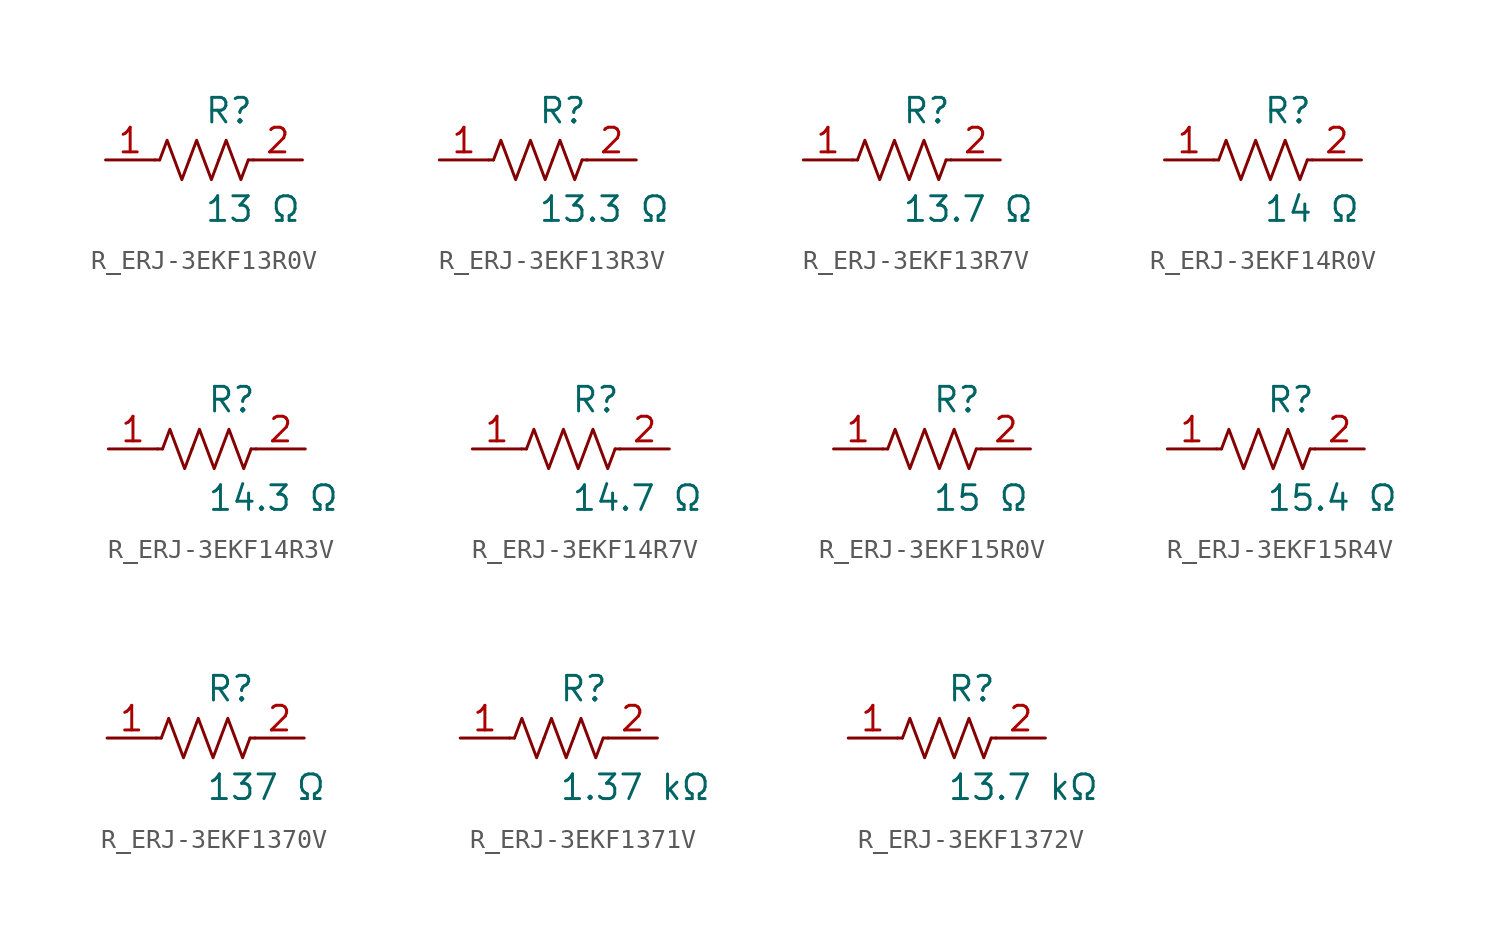
<source format=kicad_sym>
(kicad_symbol_lib
  (version 20231120)
  (generator kicad_symbol_editor)
  (generator_version 8.0)
  (symbol "R_ERJ-3EKF13R0V"
    (pin_names
      (offset 0.254))
    (property "Reference" "R"
      (at 0.0 2.54 0)
      (effects (font (size 1.27 1.27)) (justify left)))
    (property "Value" "13 Ω"
      (at 0.0 -2.54 0)
      (effects (font (size 1.27 1.27)) (justify left)))
    (symbol "R_ERJ-3EKF13R0V_0_1"
      (polyline (pts (xy 2.286 0) (xy 2.54 0)) (stroke (width 0) (type default)) (fill (type none)))
      (polyline (pts (xy -2.286 0) (xy -2.54 0)) (stroke (width 0) (type default)) (fill (type none)))
      (polyline (pts (xy 0.762 0) (xy 1.143 1.016) (xy 1.524 0) (xy 1.905 -1.016) (xy 2.286 0)) (stroke (width 0) (type default)) (fill (type none)))
      (polyline (pts (xy -0.762 0) (xy -0.381 1.016) (xy 0 0) (xy 0.381 -1.016) (xy 0.762 0)) (stroke (width 0) (type default)) (fill (type none)))
      (polyline (pts (xy -2.286 0) (xy -1.905 1.016) (xy -1.524 0) (xy -1.143 -1.016) (xy -0.762 0)) (stroke (width 0) (type default)) (fill (type none))))
    (pin unspecified line
      (at -5.08 0 0)
      (length 2.54)
      (name "" (effects (font (size 1.27 1.27))))
      (number "1" (effects (font (size 1.27 1.27)))))
    (pin unspecified line
      (at 5.08 0 180)
      (length 2.54)
      (name "" (effects (font (size 1.27 1.27))))
      (number "2" (effects (font (size 1.27 1.27))))))
  (symbol "R_ERJ-3EKF13R3V"
    (pin_names
      (offset 0.254))
    (property "Reference" "R"
      (at 0.0 2.54 0)
      (effects (font (size 1.27 1.27)) (justify left)))
    (property "Value" "13.3 Ω"
      (at 0.0 -2.54 0)
      (effects (font (size 1.27 1.27)) (justify left)))
    (symbol "R_ERJ-3EKF13R3V_0_1"
      (polyline (pts (xy 2.286 0) (xy 2.54 0)) (stroke (width 0) (type default)) (fill (type none)))
      (polyline (pts (xy -2.286 0) (xy -2.54 0)) (stroke (width 0) (type default)) (fill (type none)))
      (polyline (pts (xy 0.762 0) (xy 1.143 1.016) (xy 1.524 0) (xy 1.905 -1.016) (xy 2.286 0)) (stroke (width 0) (type default)) (fill (type none)))
      (polyline (pts (xy -0.762 0) (xy -0.381 1.016) (xy 0 0) (xy 0.381 -1.016) (xy 0.762 0)) (stroke (width 0) (type default)) (fill (type none)))
      (polyline (pts (xy -2.286 0) (xy -1.905 1.016) (xy -1.524 0) (xy -1.143 -1.016) (xy -0.762 0)) (stroke (width 0) (type default)) (fill (type none))))
    (pin unspecified line
      (at -5.08 0 0)
      (length 2.54)
      (name "" (effects (font (size 1.27 1.27))))
      (number "1" (effects (font (size 1.27 1.27)))))
    (pin unspecified line
      (at 5.08 0 180)
      (length 2.54)
      (name "" (effects (font (size 1.27 1.27))))
      (number "2" (effects (font (size 1.27 1.27))))))
  (symbol "R_ERJ-3EKF13R7V"
    (pin_names
      (offset 0.254))
    (property "Reference" "R"
      (at 0.0 2.54 0)
      (effects (font (size 1.27 1.27)) (justify left)))
    (property "Value" "13.7 Ω"
      (at 0.0 -2.54 0)
      (effects (font (size 1.27 1.27)) (justify left)))
    (symbol "R_ERJ-3EKF13R7V_0_1"
      (polyline (pts (xy 2.286 0) (xy 2.54 0)) (stroke (width 0) (type default)) (fill (type none)))
      (polyline (pts (xy -2.286 0) (xy -2.54 0)) (stroke (width 0) (type default)) (fill (type none)))
      (polyline (pts (xy 0.762 0) (xy 1.143 1.016) (xy 1.524 0) (xy 1.905 -1.016) (xy 2.286 0)) (stroke (width 0) (type default)) (fill (type none)))
      (polyline (pts (xy -0.762 0) (xy -0.381 1.016) (xy 0 0) (xy 0.381 -1.016) (xy 0.762 0)) (stroke (width 0) (type default)) (fill (type none)))
      (polyline (pts (xy -2.286 0) (xy -1.905 1.016) (xy -1.524 0) (xy -1.143 -1.016) (xy -0.762 0)) (stroke (width 0) (type default)) (fill (type none))))
    (pin unspecified line
      (at -5.08 0 0)
      (length 2.54)
      (name "" (effects (font (size 1.27 1.27))))
      (number "1" (effects (font (size 1.27 1.27)))))
    (pin unspecified line
      (at 5.08 0 180)
      (length 2.54)
      (name "" (effects (font (size 1.27 1.27))))
      (number "2" (effects (font (size 1.27 1.27))))))
  (symbol "R_ERJ-3EKF14R0V"
    (pin_names
      (offset 0.254))
    (property "Reference" "R"
      (at 0.0 2.54 0)
      (effects (font (size 1.27 1.27)) (justify left)))
    (property "Value" "14 Ω"
      (at 0.0 -2.54 0)
      (effects (font (size 1.27 1.27)) (justify left)))
    (symbol "R_ERJ-3EKF14R0V_0_1"
      (polyline (pts (xy 2.286 0) (xy 2.54 0)) (stroke (width 0) (type default)) (fill (type none)))
      (polyline (pts (xy -2.286 0) (xy -2.54 0)) (stroke (width 0) (type default)) (fill (type none)))
      (polyline (pts (xy 0.762 0) (xy 1.143 1.016) (xy 1.524 0) (xy 1.905 -1.016) (xy 2.286 0)) (stroke (width 0) (type default)) (fill (type none)))
      (polyline (pts (xy -0.762 0) (xy -0.381 1.016) (xy 0 0) (xy 0.381 -1.016) (xy 0.762 0)) (stroke (width 0) (type default)) (fill (type none)))
      (polyline (pts (xy -2.286 0) (xy -1.905 1.016) (xy -1.524 0) (xy -1.143 -1.016) (xy -0.762 0)) (stroke (width 0) (type default)) (fill (type none))))
    (pin unspecified line
      (at -5.08 0 0)
      (length 2.54)
      (name "" (effects (font (size 1.27 1.27))))
      (number "1" (effects (font (size 1.27 1.27)))))
    (pin unspecified line
      (at 5.08 0 180)
      (length 2.54)
      (name "" (effects (font (size 1.27 1.27))))
      (number "2" (effects (font (size 1.27 1.27))))))
  (symbol "R_ERJ-3EKF14R3V"
    (pin_names
      (offset 0.254))
    (property "Reference" "R"
      (at 0.0 2.54 0)
      (effects (font (size 1.27 1.27)) (justify left)))
    (property "Value" "14.3 Ω"
      (at 0.0 -2.54 0)
      (effects (font (size 1.27 1.27)) (justify left)))
    (symbol "R_ERJ-3EKF14R3V_0_1"
      (polyline (pts (xy 2.286 0) (xy 2.54 0)) (stroke (width 0) (type default)) (fill (type none)))
      (polyline (pts (xy -2.286 0) (xy -2.54 0)) (stroke (width 0) (type default)) (fill (type none)))
      (polyline (pts (xy 0.762 0) (xy 1.143 1.016) (xy 1.524 0) (xy 1.905 -1.016) (xy 2.286 0)) (stroke (width 0) (type default)) (fill (type none)))
      (polyline (pts (xy -0.762 0) (xy -0.381 1.016) (xy 0 0) (xy 0.381 -1.016) (xy 0.762 0)) (stroke (width 0) (type default)) (fill (type none)))
      (polyline (pts (xy -2.286 0) (xy -1.905 1.016) (xy -1.524 0) (xy -1.143 -1.016) (xy -0.762 0)) (stroke (width 0) (type default)) (fill (type none))))
    (pin unspecified line
      (at -5.08 0 0)
      (length 2.54)
      (name "" (effects (font (size 1.27 1.27))))
      (number "1" (effects (font (size 1.27 1.27)))))
    (pin unspecified line
      (at 5.08 0 180)
      (length 2.54)
      (name "" (effects (font (size 1.27 1.27))))
      (number "2" (effects (font (size 1.27 1.27))))))
  (symbol "R_ERJ-3EKF14R7V"
    (pin_names
      (offset 0.254))
    (property "Reference" "R"
      (at 0.0 2.54 0)
      (effects (font (size 1.27 1.27)) (justify left)))
    (property "Value" "14.7 Ω"
      (at 0.0 -2.54 0)
      (effects (font (size 1.27 1.27)) (justify left)))
    (symbol "R_ERJ-3EKF14R7V_0_1"
      (polyline (pts (xy 2.286 0) (xy 2.54 0)) (stroke (width 0) (type default)) (fill (type none)))
      (polyline (pts (xy -2.286 0) (xy -2.54 0)) (stroke (width 0) (type default)) (fill (type none)))
      (polyline (pts (xy 0.762 0) (xy 1.143 1.016) (xy 1.524 0) (xy 1.905 -1.016) (xy 2.286 0)) (stroke (width 0) (type default)) (fill (type none)))
      (polyline (pts (xy -0.762 0) (xy -0.381 1.016) (xy 0 0) (xy 0.381 -1.016) (xy 0.762 0)) (stroke (width 0) (type default)) (fill (type none)))
      (polyline (pts (xy -2.286 0) (xy -1.905 1.016) (xy -1.524 0) (xy -1.143 -1.016) (xy -0.762 0)) (stroke (width 0) (type default)) (fill (type none))))
    (pin unspecified line
      (at -5.08 0 0)
      (length 2.54)
      (name "" (effects (font (size 1.27 1.27))))
      (number "1" (effects (font (size 1.27 1.27)))))
    (pin unspecified line
      (at 5.08 0 180)
      (length 2.54)
      (name "" (effects (font (size 1.27 1.27))))
      (number "2" (effects (font (size 1.27 1.27))))))
  (symbol "R_ERJ-3EKF15R0V"
    (pin_names
      (offset 0.254))
    (property "Reference" "R"
      (at 0.0 2.54 0)
      (effects (font (size 1.27 1.27)) (justify left)))
    (property "Value" "15 Ω"
      (at 0.0 -2.54 0)
      (effects (font (size 1.27 1.27)) (justify left)))
    (symbol "R_ERJ-3EKF15R0V_0_1"
      (polyline (pts (xy 2.286 0) (xy 2.54 0)) (stroke (width 0) (type default)) (fill (type none)))
      (polyline (pts (xy -2.286 0) (xy -2.54 0)) (stroke (width 0) (type default)) (fill (type none)))
      (polyline (pts (xy 0.762 0) (xy 1.143 1.016) (xy 1.524 0) (xy 1.905 -1.016) (xy 2.286 0)) (stroke (width 0) (type default)) (fill (type none)))
      (polyline (pts (xy -0.762 0) (xy -0.381 1.016) (xy 0 0) (xy 0.381 -1.016) (xy 0.762 0)) (stroke (width 0) (type default)) (fill (type none)))
      (polyline (pts (xy -2.286 0) (xy -1.905 1.016) (xy -1.524 0) (xy -1.143 -1.016) (xy -0.762 0)) (stroke (width 0) (type default)) (fill (type none))))
    (pin unspecified line
      (at -5.08 0 0)
      (length 2.54)
      (name "" (effects (font (size 1.27 1.27))))
      (number "1" (effects (font (size 1.27 1.27)))))
    (pin unspecified line
      (at 5.08 0 180)
      (length 2.54)
      (name "" (effects (font (size 1.27 1.27))))
      (number "2" (effects (font (size 1.27 1.27))))))
  (symbol "R_ERJ-3EKF15R4V"
    (pin_names
      (offset 0.254))
    (property "Reference" "R"
      (at 0.0 2.54 0)
      (effects (font (size 1.27 1.27)) (justify left)))
    (property "Value" "15.4 Ω"
      (at 0.0 -2.54 0)
      (effects (font (size 1.27 1.27)) (justify left)))
    (symbol "R_ERJ-3EKF15R4V_0_1"
      (polyline (pts (xy 2.286 0) (xy 2.54 0)) (stroke (width 0) (type default)) (fill (type none)))
      (polyline (pts (xy -2.286 0) (xy -2.54 0)) (stroke (width 0) (type default)) (fill (type none)))
      (polyline (pts (xy 0.762 0) (xy 1.143 1.016) (xy 1.524 0) (xy 1.905 -1.016) (xy 2.286 0)) (stroke (width 0) (type default)) (fill (type none)))
      (polyline (pts (xy -0.762 0) (xy -0.381 1.016) (xy 0 0) (xy 0.381 -1.016) (xy 0.762 0)) (stroke (width 0) (type default)) (fill (type none)))
      (polyline (pts (xy -2.286 0) (xy -1.905 1.016) (xy -1.524 0) (xy -1.143 -1.016) (xy -0.762 0)) (stroke (width 0) (type default)) (fill (type none))))
    (pin unspecified line
      (at -5.08 0 0)
      (length 2.54)
      (name "" (effects (font (size 1.27 1.27))))
      (number "1" (effects (font (size 1.27 1.27)))))
    (pin unspecified line
      (at 5.08 0 180)
      (length 2.54)
      (name "" (effects (font (size 1.27 1.27))))
      (number "2" (effects (font (size 1.27 1.27))))))
  (symbol "R_ERJ-3EKF1370V"
    (pin_names
      (offset 0.254))
    (property "Reference" "R"
      (at 0.0 2.54 0)
      (effects (font (size 1.27 1.27)) (justify left)))
    (property "Value" "137 Ω"
      (at 0.0 -2.54 0)
      (effects (font (size 1.27 1.27)) (justify left)))
    (symbol "R_ERJ-3EKF1370V_0_1"
      (polyline (pts (xy 2.286 0) (xy 2.54 0)) (stroke (width 0) (type default)) (fill (type none)))
      (polyline (pts (xy -2.286 0) (xy -2.54 0)) (stroke (width 0) (type default)) (fill (type none)))
      (polyline (pts (xy 0.762 0) (xy 1.143 1.016) (xy 1.524 0) (xy 1.905 -1.016) (xy 2.286 0)) (stroke (width 0) (type default)) (fill (type none)))
      (polyline (pts (xy -0.762 0) (xy -0.381 1.016) (xy 0 0) (xy 0.381 -1.016) (xy 0.762 0)) (stroke (width 0) (type default)) (fill (type none)))
      (polyline (pts (xy -2.286 0) (xy -1.905 1.016) (xy -1.524 0) (xy -1.143 -1.016) (xy -0.762 0)) (stroke (width 0) (type default)) (fill (type none))))
    (pin unspecified line
      (at -5.08 0 0)
      (length 2.54)
      (name "" (effects (font (size 1.27 1.27))))
      (number "1" (effects (font (size 1.27 1.27)))))
    (pin unspecified line
      (at 5.08 0 180)
      (length 2.54)
      (name "" (effects (font (size 1.27 1.27))))
      (number "2" (effects (font (size 1.27 1.27))))))
  (symbol "R_ERJ-3EKF1371V"
    (pin_names
      (offset 0.254))
    (property "Reference" "R"
      (at 0.0 2.54 0)
      (effects (font (size 1.27 1.27)) (justify left)))
    (property "Value" "1.37 kΩ"
      (at 0.0 -2.54 0)
      (effects (font (size 1.27 1.27)) (justify left)))
    (symbol "R_ERJ-3EKF1371V_0_1"
      (polyline (pts (xy 2.286 0) (xy 2.54 0)) (stroke (width 0) (type default)) (fill (type none)))
      (polyline (pts (xy -2.286 0) (xy -2.54 0)) (stroke (width 0) (type default)) (fill (type none)))
      (polyline (pts (xy 0.762 0) (xy 1.143 1.016) (xy 1.524 0) (xy 1.905 -1.016) (xy 2.286 0)) (stroke (width 0) (type default)) (fill (type none)))
      (polyline (pts (xy -0.762 0) (xy -0.381 1.016) (xy 0 0) (xy 0.381 -1.016) (xy 0.762 0)) (stroke (width 0) (type default)) (fill (type none)))
      (polyline (pts (xy -2.286 0) (xy -1.905 1.016) (xy -1.524 0) (xy -1.143 -1.016) (xy -0.762 0)) (stroke (width 0) (type default)) (fill (type none))))
    (pin unspecified line
      (at -5.08 0 0)
      (length 2.54)
      (name "" (effects (font (size 1.27 1.27))))
      (number "1" (effects (font (size 1.27 1.27)))))
    (pin unspecified line
      (at 5.08 0 180)
      (length 2.54)
      (name "" (effects (font (size 1.27 1.27))))
      (number "2" (effects (font (size 1.27 1.27))))))
  (symbol "R_ERJ-3EKF1372V"
    (pin_names
      (offset 0.254))
    (property "Reference" "R"
      (at 0.0 2.54 0)
      (effects (font (size 1.27 1.27)) (justify left)))
    (property "Value" "13.7 kΩ"
      (at 0.0 -2.54 0)
      (effects (font (size 1.27 1.27)) (justify left)))
    (symbol "R_ERJ-3EKF1372V_0_1"
      (polyline (pts (xy 2.286 0) (xy 2.54 0)) (stroke (width 0) (type default)) (fill (type none)))
      (polyline (pts (xy -2.286 0) (xy -2.54 0)) (stroke (width 0) (type default)) (fill (type none)))
      (polyline (pts (xy 0.762 0) (xy 1.143 1.016) (xy 1.524 0) (xy 1.905 -1.016) (xy 2.286 0)) (stroke (width 0) (type default)) (fill (type none)))
      (polyline (pts (xy -0.762 0) (xy -0.381 1.016) (xy 0 0) (xy 0.381 -1.016) (xy 0.762 0)) (stroke (width 0) (type default)) (fill (type none)))
      (polyline (pts (xy -2.286 0) (xy -1.905 1.016) (xy -1.524 0) (xy -1.143 -1.016) (xy -0.762 0)) (stroke (width 0) (type default)) (fill (type none))))
    (pin unspecified line
      (at -5.08 0 0)
      (length 2.54)
      (name "" (effects (font (size 1.27 1.27))))
      (number "1" (effects (font (size 1.27 1.27)))))
    (pin unspecified line
      (at 5.08 0 180)
      (length 2.54)
      (name "" (effects (font (size 1.27 1.27))))
      (number "2" (effects (font (size 1.27 1.27)))))))
</source>
